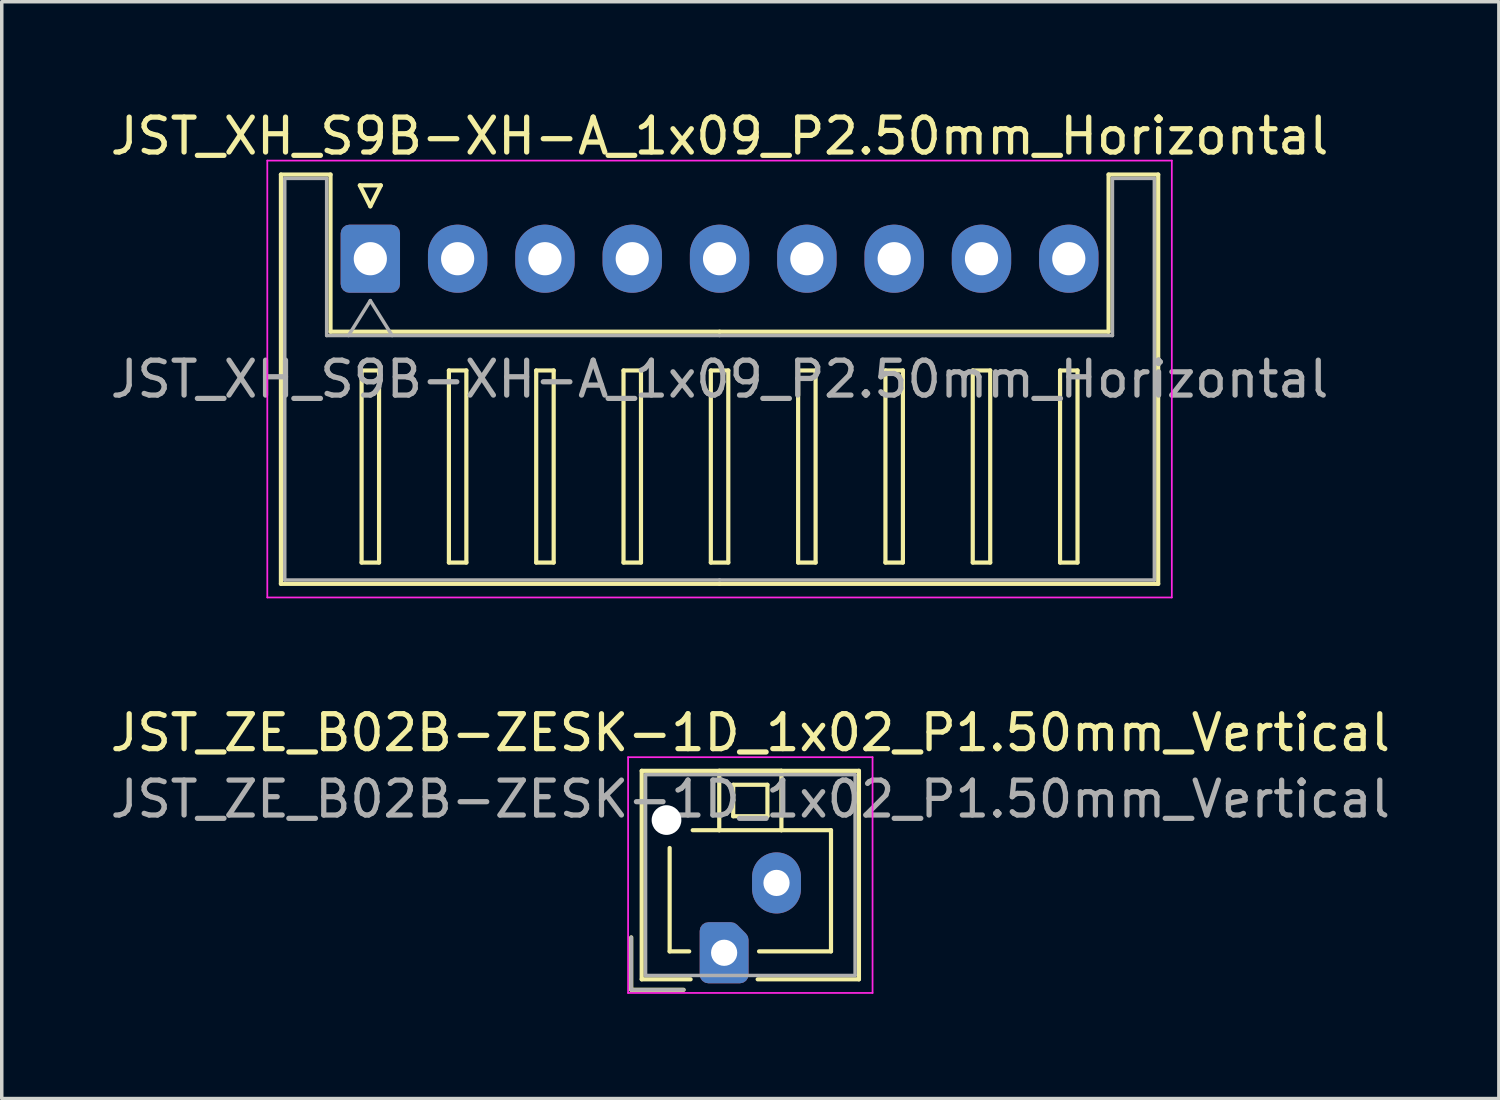
<source format=kicad_pcb>
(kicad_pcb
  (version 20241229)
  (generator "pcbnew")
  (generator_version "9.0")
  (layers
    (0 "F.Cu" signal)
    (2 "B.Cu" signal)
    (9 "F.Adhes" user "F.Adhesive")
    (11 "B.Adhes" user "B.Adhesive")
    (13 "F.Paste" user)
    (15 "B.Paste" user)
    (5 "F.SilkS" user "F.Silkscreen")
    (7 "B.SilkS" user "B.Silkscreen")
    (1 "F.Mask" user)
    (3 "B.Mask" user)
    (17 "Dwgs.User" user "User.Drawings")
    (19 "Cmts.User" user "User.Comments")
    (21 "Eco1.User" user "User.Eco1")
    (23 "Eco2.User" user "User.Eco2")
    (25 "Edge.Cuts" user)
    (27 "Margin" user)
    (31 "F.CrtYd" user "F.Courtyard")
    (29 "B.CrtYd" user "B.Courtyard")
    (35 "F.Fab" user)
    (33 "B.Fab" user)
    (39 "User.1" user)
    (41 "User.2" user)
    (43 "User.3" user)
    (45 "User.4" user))
  (footprint "JST_XH_S9B-XH-A_1x09_P2.50mm_Horizontal"
    (layer "F.Cu")
    (at 7.554 4.358)
    (property "Reference" "JST_XH_S9B-XH-A_1x09_P2.50mm_Horizontal" (at 10 -3.51 0) (layer "F.SilkS") (effects (font (size 1 1) (thickness 0.15))))
    (attr through_hole)
    (fp_line (start -2.56 -2.41) (end -1.14 -2.41) (stroke (width 0.12) (type solid)) (layer "F.SilkS"))
    (fp_line (start -2.56 9.31) (end -2.56 -2.41) (stroke (width 0.12) (type solid)) (layer "F.SilkS"))
    (fp_line (start -1.14 -2.41) (end -1.14 2.09) (stroke (width 0.12) (type solid)) (layer "F.SilkS"))
    (fp_line (start -1.14 2.09) (end 10 2.09) (stroke (width 0.12) (type solid)) (layer "F.SilkS"))
    (fp_line (start -0.3 -2.1) (end 0.3 -2.1) (stroke (width 0.12) (type solid)) (layer "F.SilkS"))
    (fp_line (start -0.25 3.2) (end -0.25 8.7) (stroke (width 0.12) (type solid)) (layer "F.SilkS"))
    (fp_line (start -0.25 8.7) (end 0.25 8.7) (stroke (width 0.12) (type solid)) (layer "F.SilkS"))
    (fp_line (start 0 -1.5) (end -0.3 -2.1) (stroke (width 0.12) (type solid)) (layer "F.SilkS"))
    (fp_line (start 0.25 3.2) (end -0.25 3.2) (stroke (width 0.12) (type solid)) (layer "F.SilkS"))
    (fp_line (start 0.25 8.7) (end 0.25 3.2) (stroke (width 0.12) (type solid)) (layer "F.SilkS"))
    (fp_line (start 0.3 -2.1) (end 0 -1.5) (stroke (width 0.12) (type solid)) (layer "F.SilkS"))
    (fp_line (start 2.25 3.2) (end 2.25 8.7) (stroke (width 0.12) (type solid)) (layer "F.SilkS"))
    (fp_line (start 2.25 8.7) (end 2.75 8.7) (stroke (width 0.12) (type solid)) (layer "F.SilkS"))
    (fp_line (start 2.75 3.2) (end 2.25 3.2) (stroke (width 0.12) (type solid)) (layer "F.SilkS"))
    (fp_line (start 2.75 8.7) (end 2.75 3.2) (stroke (width 0.12) (type solid)) (layer "F.SilkS"))
    (fp_line (start 4.75 3.2) (end 4.75 8.7) (stroke (width 0.12) (type solid)) (layer "F.SilkS"))
    (fp_line (start 4.75 8.7) (end 5.25 8.7) (stroke (width 0.12) (type solid)) (layer "F.SilkS"))
    (fp_line (start 5.25 3.2) (end 4.75 3.2) (stroke (width 0.12) (type solid)) (layer "F.SilkS"))
    (fp_line (start 5.25 8.7) (end 5.25 3.2) (stroke (width 0.12) (type solid)) (layer "F.SilkS"))
    (fp_line (start 7.25 3.2) (end 7.25 8.7) (stroke (width 0.12) (type solid)) (layer "F.SilkS"))
    (fp_line (start 7.25 8.7) (end 7.75 8.7) (stroke (width 0.12) (type solid)) (layer "F.SilkS"))
    (fp_line (start 7.75 3.2) (end 7.25 3.2) (stroke (width 0.12) (type solid)) (layer "F.SilkS"))
    (fp_line (start 7.75 8.7) (end 7.75 3.2) (stroke (width 0.12) (type solid)) (layer "F.SilkS"))
    (fp_line (start 9.75 3.2) (end 9.75 8.7) (stroke (width 0.12) (type solid)) (layer "F.SilkS"))
    (fp_line (start 9.75 8.7) (end 10.25 8.7) (stroke (width 0.12) (type solid)) (layer "F.SilkS"))
    (fp_line (start 10 9.31) (end -2.56 9.31) (stroke (width 0.12) (type solid)) (layer "F.SilkS"))
    (fp_line (start 10 9.31) (end 22.56 9.31) (stroke (width 0.12) (type solid)) (layer "F.SilkS"))
    (fp_line (start 10.25 3.2) (end 9.75 3.2) (stroke (width 0.12) (type solid)) (layer "F.SilkS"))
    (fp_line (start 10.25 8.7) (end 10.25 3.2) (stroke (width 0.12) (type solid)) (layer "F.SilkS"))
    (fp_line (start 12.25 3.2) (end 12.25 8.7) (stroke (width 0.12) (type solid)) (layer "F.SilkS"))
    (fp_line (start 12.25 8.7) (end 12.75 8.7) (stroke (width 0.12) (type solid)) (layer "F.SilkS"))
    (fp_line (start 12.75 3.2) (end 12.25 3.2) (stroke (width 0.12) (type solid)) (layer "F.SilkS"))
    (fp_line (start 12.75 8.7) (end 12.75 3.2) (stroke (width 0.12) (type solid)) (layer "F.SilkS"))
    (fp_line (start 14.75 3.2) (end 14.75 8.7) (stroke (width 0.12) (type solid)) (layer "F.SilkS"))
    (fp_line (start 14.75 8.7) (end 15.25 8.7) (stroke (width 0.12) (type solid)) (layer "F.SilkS"))
    (fp_line (start 15.25 3.2) (end 14.75 3.2) (stroke (width 0.12) (type solid)) (layer "F.SilkS"))
    (fp_line (start 15.25 8.7) (end 15.25 3.2) (stroke (width 0.12) (type solid)) (layer "F.SilkS"))
    (fp_line (start 17.25 3.2) (end 17.25 8.7) (stroke (width 0.12) (type solid)) (layer "F.SilkS"))
    (fp_line (start 17.25 8.7) (end 17.75 8.7) (stroke (width 0.12) (type solid)) (layer "F.SilkS"))
    (fp_line (start 17.75 3.2) (end 17.25 3.2) (stroke (width 0.12) (type solid)) (layer "F.SilkS"))
    (fp_line (start 17.75 8.7) (end 17.75 3.2) (stroke (width 0.12) (type solid)) (layer "F.SilkS"))
    (fp_line (start 19.75 3.2) (end 19.75 8.7) (stroke (width 0.12) (type solid)) (layer "F.SilkS"))
    (fp_line (start 19.75 8.7) (end 20.25 8.7) (stroke (width 0.12) (type solid)) (layer "F.SilkS"))
    (fp_line (start 20.25 3.2) (end 19.75 3.2) (stroke (width 0.12) (type solid)) (layer "F.SilkS"))
    (fp_line (start 20.25 8.7) (end 20.25 3.2) (stroke (width 0.12) (type solid)) (layer "F.SilkS"))
    (fp_line (start 21.14 -2.41) (end 21.14 2.09) (stroke (width 0.12) (type solid)) (layer "F.SilkS"))
    (fp_line (start 21.14 2.09) (end 10 2.09) (stroke (width 0.12) (type solid)) (layer "F.SilkS"))
    (fp_line (start 22.56 -2.41) (end 21.14 -2.41) (stroke (width 0.12) (type solid)) (layer "F.SilkS"))
    (fp_line (start 22.56 9.31) (end 22.56 -2.41) (stroke (width 0.12) (type solid)) (layer "F.SilkS"))
    (fp_line (start -2.95 -2.81) (end -2.95 9.7) (stroke (width 0.05) (type solid)) (layer "F.CrtYd"))
    (fp_line (start -2.95 9.7) (end 22.95 9.7) (stroke (width 0.05) (type solid)) (layer "F.CrtYd"))
    (fp_line (start 22.95 -2.81) (end -2.95 -2.81) (stroke (width 0.05) (type solid)) (layer "F.CrtYd"))
    (fp_line (start 22.95 9.7) (end 22.95 -2.81) (stroke (width 0.05) (type solid)) (layer "F.CrtYd"))
    (fp_line (start -2.45 -2.3) (end -1.25 -2.3) (stroke (width 0.1) (type solid)) (layer "F.Fab"))
    (fp_line (start -2.45 9.2) (end -2.45 -2.3) (stroke (width 0.1) (type solid)) (layer "F.Fab"))
    (fp_line (start -1.25 -2.3) (end -1.25 2.2) (stroke (width 0.1) (type solid)) (layer "F.Fab"))
    (fp_line (start -1.25 2.2) (end 10 2.2) (stroke (width 0.1) (type solid)) (layer "F.Fab"))
    (fp_line (start -0.625 2.2) (end 0 1.2) (stroke (width 0.1) (type solid)) (layer "F.Fab"))
    (fp_line (start 0 1.2) (end 0.625 2.2) (stroke (width 0.1) (type solid)) (layer "F.Fab"))
    (fp_line (start 10 9.2) (end -2.45 9.2) (stroke (width 0.1) (type solid)) (layer "F.Fab"))
    (fp_line (start 10 9.2) (end 22.45 9.2) (stroke (width 0.1) (type solid)) (layer "F.Fab"))
    (fp_line (start 21.25 -2.3) (end 21.25 2.2) (stroke (width 0.1) (type solid)) (layer "F.Fab"))
    (fp_line (start 21.25 2.2) (end 10 2.2) (stroke (width 0.1) (type solid)) (layer "F.Fab"))
    (fp_line (start 22.45 -2.3) (end 21.25 -2.3) (stroke (width 0.1) (type solid)) (layer "F.Fab"))
    (fp_line (start 22.45 9.2) (end 22.45 -2.3) (stroke (width 0.1) (type solid)) (layer "F.Fab"))
    (fp_text user "${REFERENCE}" (at 10 3.45 0) (layer "F.Fab") (effects (font (size 1 1) (thickness 0.15))))
    (pad "1" thru_hole roundrect (at 0 0) (size 1.7 1.95) (drill 0.95) (layers "*.Cu" "*.Mask") (roundrect_rratio 0.147))
    (pad "2" thru_hole oval (at 2.5 0) (size 1.7 1.95) (drill 0.95) (layers "*.Cu" "*.Mask"))
    (pad "3" thru_hole oval (at 5 0) (size 1.7 1.95) (drill 0.95) (layers "*.Cu" "*.Mask"))
    (pad "4" thru_hole oval (at 7.5 0) (size 1.7 1.95) (drill 0.95) (layers "*.Cu" "*.Mask"))
    (pad "5" thru_hole oval (at 10 0) (size 1.7 1.95) (drill 0.95) (layers "*.Cu" "*.Mask"))
    (pad "6" thru_hole oval (at 12.5 0) (size 1.7 1.95) (drill 0.95) (layers "*.Cu" "*.Mask"))
    (pad "7" thru_hole oval (at 15 0) (size 1.7 1.95) (drill 0.95) (layers "*.Cu" "*.Mask"))
    (pad "8" thru_hole oval (at 17.5 0) (size 1.7 1.95) (drill 0.95) (layers "*.Cu" "*.Mask"))
    (pad "9" thru_hole oval (at 20 0) (size 1.7 1.95) (drill 0.95) (layers "*.Cu" "*.Mask")))
  (footprint "JST_ZE_B02B-ZESK-1D_1x02_P1.50mm_Vertical"
    (layer "F.Cu")
    (at 17.685 24.232)
    (property "Reference" "JST_ZE_B02B-ZESK-1D_1x02_P1.50mm_Vertical" (at 0.75 -6.3 0) (layer "F.SilkS") (effects (font (size 1 1) (thickness 0.15))))
    (attr through_hole)
    (fp_line (start -2.66 -0.44) (end -2.66 1.06) (stroke (width 0.12) (type solid)) (layer "F.SilkS"))
    (fp_line (start -2.66 1.06) (end -1.16 1.06) (stroke (width 0.12) (type solid)) (layer "F.SilkS"))
    (fp_line (start -2.36 -5.21) (end 3.86 -5.21) (stroke (width 0.12) (type solid)) (layer "F.SilkS"))
    (fp_line (start -2.36 0.76) (end -2.36 -5.21) (stroke (width 0.12) (type solid)) (layer "F.SilkS"))
    (fp_line (start -1.56 -3) (end -1.56 -0.04) (stroke (width 0.12) (type solid)) (layer "F.SilkS"))
    (fp_line (start -1.56 -0.04) (end -1 -0.04) (stroke (width 0.12) (type solid)) (layer "F.SilkS"))
    (fp_line (start -0.96 0.76) (end -2.36 0.76) (stroke (width 0.12) (type solid)) (layer "F.SilkS"))
    (fp_line (start -0.14 -5.21) (end -0.14 -3.51) (stroke (width 0.12) (type solid)) (layer "F.SilkS"))
    (fp_line (start -0.14 -3.51) (end -0.9 -3.51) (stroke (width 0.12) (type solid)) (layer "F.SilkS"))
    (fp_line (start -0.14 -3.51) (end 1.64 -3.51) (stroke (width 0.12) (type solid)) (layer "F.SilkS"))
    (fp_line (start 0.26 -4.81) (end 0.26 -3.91) (stroke (width 0.12) (type solid)) (layer "F.SilkS"))
    (fp_line (start 0.26 -3.91) (end 1.24 -3.91) (stroke (width 0.12) (type solid)) (layer "F.SilkS"))
    (fp_line (start 1.24 -4.81) (end 0.26 -4.81) (stroke (width 0.12) (type solid)) (layer "F.SilkS"))
    (fp_line (start 1.24 -3.91) (end 1.24 -4.81) (stroke (width 0.12) (type solid)) (layer "F.SilkS"))
    (fp_line (start 1.64 -5.21) (end -0.14 -5.21) (stroke (width 0.12) (type solid)) (layer "F.SilkS"))
    (fp_line (start 1.64 -3.51) (end 1.64 -5.21) (stroke (width 0.12) (type solid)) (layer "F.SilkS"))
    (fp_line (start 1.64 -3.51) (end 3.06 -3.51) (stroke (width 0.12) (type solid)) (layer "F.SilkS"))
    (fp_line (start 3.06 -3.51) (end 3.06 -0.04) (stroke (width 0.12) (type solid)) (layer "F.SilkS"))
    (fp_line (start 3.06 -0.04) (end 1 -0.04) (stroke (width 0.12) (type solid)) (layer "F.SilkS"))
    (fp_line (start 3.86 -5.21) (end 3.86 0.76) (stroke (width 0.12) (type solid)) (layer "F.SilkS"))
    (fp_line (start 3.86 0.76) (end 0.96 0.76) (stroke (width 0.12) (type solid)) (layer "F.SilkS"))
    (fp_line (start -2.75 -5.6) (end -2.75 1.15) (stroke (width 0.05) (type solid)) (layer "F.CrtYd"))
    (fp_line (start -2.75 1.15) (end 4.25 1.15) (stroke (width 0.05) (type solid)) (layer "F.CrtYd"))
    (fp_line (start 4.25 -5.6) (end -2.75 -5.6) (stroke (width 0.05) (type solid)) (layer "F.CrtYd"))
    (fp_line (start 4.25 1.15) (end 4.25 -5.6) (stroke (width 0.05) (type solid)) (layer "F.CrtYd"))
    (fp_line (start -2.66 -0.44) (end -2.66 1.06) (stroke (width 0.1) (type solid)) (layer "F.Fab"))
    (fp_line (start -2.66 1.06) (end -1.16 1.06) (stroke (width 0.1) (type solid)) (layer "F.Fab"))
    (fp_line (start -2.25 -5.1) (end -2.25 0.65) (stroke (width 0.1) (type solid)) (layer "F.Fab"))
    (fp_line (start -2.25 0.65) (end 3.75 0.65) (stroke (width 0.1) (type solid)) (layer "F.Fab"))
    (fp_line (start 3.75 -5.1) (end -2.25 -5.1) (stroke (width 0.1) (type solid)) (layer "F.Fab"))
    (fp_line (start 3.75 0.65) (end 3.75 -5.1) (stroke (width 0.1) (type solid)) (layer "F.Fab"))
    (fp_text user "${REFERENCE}" (at 0.75 -4.4 0) (layer "F.Fab") (effects (font (size 1 1) (thickness 0.15))))
    (pad "" np_thru_hole circle (at -1.65 -3.8) (size 0.85 0.85) (drill 0.85) (layers "*.Cu" "*.Mask"))
    (pad "1" thru_hole custom (at 0 0) (size 1.117 1.117) (drill 0.75) (layers "*.Cu" "*.Mask") (options (anchor circle)) (primitives (gr_poly (pts (xy -0.45 -0.625) (xy 0.196 -0.625) (xy 0.45 -0.371) (xy 0.45 0.625) (xy -0.45 0.625)) (width 0.5) (fill yes))))
    (pad "2" thru_hole oval (at 1.5 -2) (size 1.4 1.75) (drill 0.75) (layers "*.Cu" "*.Mask")))
  (gr_rect
    (start -3 -3)
    (end 39.869 28.407)
    (stroke (width 0.1) (type default))
    (fill no)
    (layer "Edge.Cuts")))
</source>
